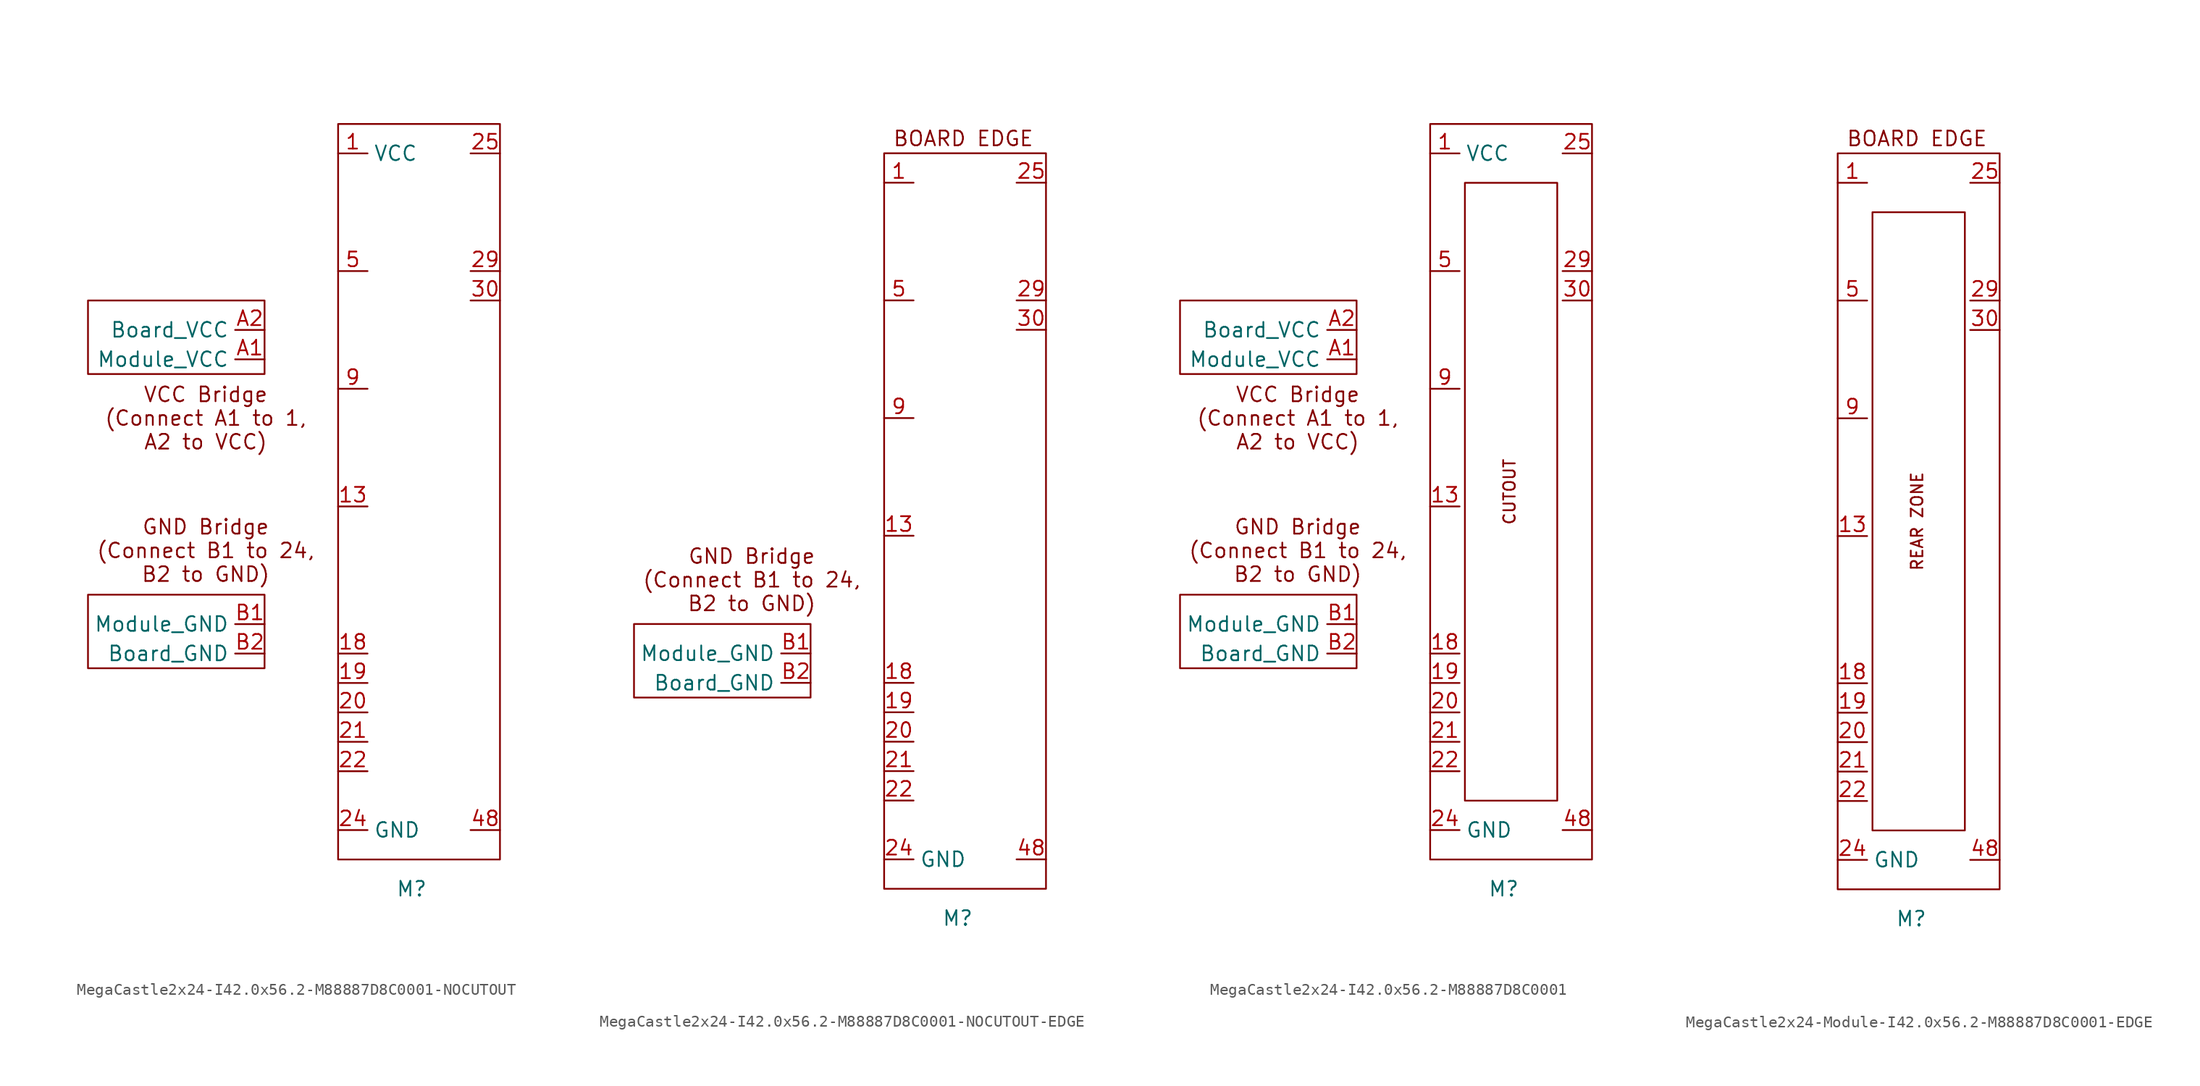
<source format=kicad_sym>
(kicad_symbol_lib
  (version 20231120)
  (generator "kicad_symbol_editor")
  (generator_version "8.0")
  (symbol "MegaCastle2x24-I42.0x56.2-M88887D8C0001-NOCUTOUT"
    (property "Reference" "M"
      (at 0 -34.29 0)
      (effects (font (size 1.27 1.27))))
    (property "Value" ""
      (at 0 5.08 0)
      (effects (font (size 1.27 1.27))))
    (symbol "MegaCastle2x24-I42.0x56.2-M88887D8C0001-NOCUTOUT_0_1"
      (rectangle (start -27.94 -8.89) (end -12.7 -15.24) (stroke (width 0) (type default)) (fill (type none)))
      (rectangle (start -27.94 16.51) (end -12.7 10.16) (stroke (width 0) (type default)) (fill (type none)))
      (rectangle (start -6.35 31.75) (end 7.62 -31.75) (stroke (width 0) (type default)) (fill (type none))))
    (symbol "MegaCastle2x24-I42.0x56.2-M88887D8C0001-NOCUTOUT_1_1"
      (text "GND Bridge\n(Connect B1 to 24,\nB2 to GND)" (at -17.78 -5.08 0) (effects (font (size 1.27 1.27))))
      (text "VCC Bridge\n(Connect A1 to 1,\nA2 to VCC)" (at -17.78 6.35 0) (effects (font (size 1.27 1.27))))
      (pin bidirectional line (at -6.35 29.21 0) (length 2.54) (name "VCC" (effects (font (size 1.27 1.27)))) (number "1" (effects (font (size 1.27 1.27)))))
      (pin bidirectional line (at -6.35 -1.27 0) (length 2.54) (name "" (effects (font (size 1.27 1.27)))) (number "13" (effects (font (size 1.27 1.27)))))
      (pin bidirectional line (at -6.35 -13.97 0) (length 2.54) (name "" (effects (font (size 1.27 1.27)))) (number "18" (effects (font (size 1.27 1.27)))))
      (pin bidirectional line (at -6.35 -16.51 0) (length 2.54) (name "" (effects (font (size 1.27 1.27)))) (number "19" (effects (font (size 1.27 1.27)))))
      (pin bidirectional line (at -6.35 -19.05 0) (length 2.54) (name "" (effects (font (size 1.27 1.27)))) (number "20" (effects (font (size 1.27 1.27)))))
      (pin bidirectional line (at -6.35 -21.59 0) (length 2.54) (name "" (effects (font (size 1.27 1.27)))) (number "21" (effects (font (size 1.27 1.27)))))
      (pin bidirectional line (at -6.35 -24.13 0) (length 2.54) (name "" (effects (font (size 1.27 1.27)))) (number "22" (effects (font (size 1.27 1.27)))))
      (pin bidirectional line (at -6.35 -29.21 0) (length 2.54) (name "GND" (effects (font (size 1.27 1.27)))) (number "24" (effects (font (size 1.27 1.27)))))
      (pin bidirectional line (at 7.62 29.21 180) (length 2.54) (name "" (effects (font (size 1.27 1.27)))) (number "25" (effects (font (size 1.27 1.27)))))
      (pin bidirectional line (at 7.62 19.05 180) (length 2.54) (name "" (effects (font (size 1.27 1.27)))) (number "29" (effects (font (size 1.27 1.27)))))
      (pin bidirectional line (at 7.62 16.51 180) (length 2.54) (name "" (effects (font (size 1.27 1.27)))) (number "30" (effects (font (size 1.27 1.27)))))
      (pin bidirectional line (at 7.62 -29.21 180) (length 2.54) (name "" (effects (font (size 1.27 1.27)))) (number "48" (effects (font (size 1.27 1.27)))))
      (pin bidirectional line (at -6.35 19.05 0) (length 2.54) (name "" (effects (font (size 1.27 1.27)))) (number "5" (effects (font (size 1.27 1.27)))))
      (pin bidirectional line (at -6.35 8.89 0) (length 2.54) (name "" (effects (font (size 1.27 1.27)))) (number "9" (effects (font (size 1.27 1.27)))))
      (pin bidirectional line (at -12.7 11.43 180) (length 2.54) (name "Module_VCC" (effects (font (size 1.27 1.27)))) (number "A1" (effects (font (size 1.27 1.27)))))
      (pin bidirectional line (at -12.7 13.97 180) (length 2.54) (name "Board_VCC" (effects (font (size 1.27 1.27)))) (number "A2" (effects (font (size 1.27 1.27)))))
      (pin bidirectional line (at -12.7 -11.43 180) (length 2.54) (name "Module_GND" (effects (font (size 1.27 1.27)))) (number "B1" (effects (font (size 1.27 1.27)))))
      (pin bidirectional line (at -12.7 -13.97 180) (length 2.54) (name "Board_GND" (effects (font (size 1.27 1.27)))) (number "B2" (effects (font (size 1.27 1.27)))))))
  (symbol "MegaCastle2x24-I42.0x56.2-M88887D8C0001-NOCUTOUT-EDGE"
    (property "Reference" "M"
      (at 0 -34.29 0)
      (effects (font (size 1.27 1.27))))
    (property "Value" ""
      (at 0 5.08 0)
      (effects (font (size 1.27 1.27))))
    (symbol "MegaCastle2x24-I42.0x56.2-M88887D8C0001-NOCUTOUT-EDGE_0_1"
      (rectangle (start -27.94 -8.89) (end -12.7 -15.24) (stroke (width 0) (type default)) (fill (type none)))
      (rectangle (start -6.35 31.75) (end 7.62 -31.75) (stroke (width 0) (type default)) (fill (type none))))
    (symbol "MegaCastle2x24-I42.0x56.2-M88887D8C0001-NOCUTOUT-EDGE_1_1"
      (text " BOARD EDGE" (at 0 33.02 0) (effects (font (size 1.27 1.27))))
      (text "GND Bridge\n(Connect B1 to 24,\nB2 to GND)" (at -17.78 -5.08 0) (effects (font (size 1.27 1.27))))
      (pin bidirectional line (at -6.35 29.21 0) (length 2.54) (name "" (effects (font (size 1.27 1.27)))) (number "1" (effects (font (size 1.27 1.27)))))
      (pin bidirectional line (at -6.35 -1.27 0) (length 2.54) (name "" (effects (font (size 1.27 1.27)))) (number "13" (effects (font (size 1.27 1.27)))))
      (pin bidirectional line (at -6.35 -13.97 0) (length 2.54) (name "" (effects (font (size 1.27 1.27)))) (number "18" (effects (font (size 1.27 1.27)))))
      (pin bidirectional line (at -6.35 -16.51 0) (length 2.54) (name "" (effects (font (size 1.27 1.27)))) (number "19" (effects (font (size 1.27 1.27)))))
      (pin bidirectional line (at -6.35 -19.05 0) (length 2.54) (name "" (effects (font (size 1.27 1.27)))) (number "20" (effects (font (size 1.27 1.27)))))
      (pin bidirectional line (at -6.35 -21.59 0) (length 2.54) (name "" (effects (font (size 1.27 1.27)))) (number "21" (effects (font (size 1.27 1.27)))))
      (pin bidirectional line (at -6.35 -24.13 0) (length 2.54) (name "" (effects (font (size 1.27 1.27)))) (number "22" (effects (font (size 1.27 1.27)))))
      (pin bidirectional line (at -6.35 -29.21 0) (length 2.54) (name "GND" (effects (font (size 1.27 1.27)))) (number "24" (effects (font (size 1.27 1.27)))))
      (pin bidirectional line (at 7.62 29.21 180) (length 2.54) (name "" (effects (font (size 1.27 1.27)))) (number "25" (effects (font (size 1.27 1.27)))))
      (pin bidirectional line (at 7.62 19.05 180) (length 2.54) (name "" (effects (font (size 1.27 1.27)))) (number "29" (effects (font (size 1.27 1.27)))))
      (pin bidirectional line (at 7.62 16.51 180) (length 2.54) (name "" (effects (font (size 1.27 1.27)))) (number "30" (effects (font (size 1.27 1.27)))))
      (pin bidirectional line (at 7.62 -29.21 180) (length 2.54) (name "" (effects (font (size 1.27 1.27)))) (number "48" (effects (font (size 1.27 1.27)))))
      (pin bidirectional line (at -6.35 19.05 0) (length 2.54) (name "" (effects (font (size 1.27 1.27)))) (number "5" (effects (font (size 1.27 1.27)))))
      (pin bidirectional line (at -6.35 8.89 0) (length 2.54) (name "" (effects (font (size 1.27 1.27)))) (number "9" (effects (font (size 1.27 1.27)))))
      (pin bidirectional line (at -12.7 -11.43 180) (length 2.54) (name "Module_GND" (effects (font (size 1.27 1.27)))) (number "B1" (effects (font (size 1.27 1.27)))))
      (pin bidirectional line (at -12.7 -13.97 180) (length 2.54) (name "Board_GND" (effects (font (size 1.27 1.27)))) (number "B2" (effects (font (size 1.27 1.27)))))))
  (symbol "MegaCastle2x24-I42.0x56.2-M88887D8C0001"
    (property "Reference" "M"
      (at 0 -34.29 0)
      (effects (font (size 1.27 1.27))))
    (property "Value" ""
      (at 0 5.08 0)
      (effects (font (size 1.27 1.27))))
    (symbol "MegaCastle2x24-I42.0x56.2-M88887D8C0001_0_1"
      (rectangle (start -27.94 -8.89) (end -12.7 -15.24) (stroke (width 0) (type default)) (fill (type none)))
      (rectangle (start -27.94 16.51) (end -12.7 10.16) (stroke (width 0) (type default)) (fill (type none)))
      (rectangle (start -6.35 31.75) (end 7.62 -31.75) (stroke (width 0) (type default)) (fill (type none)))
      (rectangle (start -3.35 26.67) (end 4.62 -26.67) (stroke (width 0) (type default)) (fill (type none))))
    (symbol "MegaCastle2x24-I42.0x56.2-M88887D8C0001_1_1"
      (text "CUTOUT" (at 0.5 0 900) (effects (font (size 1 1))))
      (text "GND Bridge\n(Connect B1 to 24,\nB2 to GND)" (at -17.78 -5.08 0) (effects (font (size 1.27 1.27))))
      (text "VCC Bridge\n(Connect A1 to 1,\nA2 to VCC)" (at -17.78 6.35 0) (effects (font (size 1.27 1.27))))
      (pin bidirectional line (at -6.35 29.21 0) (length 2.54) (name "VCC" (effects (font (size 1.27 1.27)))) (number "1" (effects (font (size 1.27 1.27)))))
      (pin bidirectional line (at -6.35 -1.27 0) (length 2.54) (name "" (effects (font (size 1.27 1.27)))) (number "13" (effects (font (size 1.27 1.27)))))
      (pin bidirectional line (at -6.35 -13.97 0) (length 2.54) (name "" (effects (font (size 1.27 1.27)))) (number "18" (effects (font (size 1.27 1.27)))))
      (pin bidirectional line (at -6.35 -16.51 0) (length 2.54) (name "" (effects (font (size 1.27 1.27)))) (number "19" (effects (font (size 1.27 1.27)))))
      (pin bidirectional line (at -6.35 -19.05 0) (length 2.54) (name "" (effects (font (size 1.27 1.27)))) (number "20" (effects (font (size 1.27 1.27)))))
      (pin bidirectional line (at -6.35 -21.59 0) (length 2.54) (name "" (effects (font (size 1.27 1.27)))) (number "21" (effects (font (size 1.27 1.27)))))
      (pin bidirectional line (at -6.35 -24.13 0) (length 2.54) (name "" (effects (font (size 1.27 1.27)))) (number "22" (effects (font (size 1.27 1.27)))))
      (pin bidirectional line (at -6.35 -29.21 0) (length 2.54) (name "GND" (effects (font (size 1.27 1.27)))) (number "24" (effects (font (size 1.27 1.27)))))
      (pin bidirectional line (at 7.62 29.21 180) (length 2.54) (name "" (effects (font (size 1.27 1.27)))) (number "25" (effects (font (size 1.27 1.27)))))
      (pin bidirectional line (at 7.62 19.05 180) (length 2.54) (name "" (effects (font (size 1.27 1.27)))) (number "29" (effects (font (size 1.27 1.27)))))
      (pin bidirectional line (at 7.62 16.51 180) (length 2.54) (name "" (effects (font (size 1.27 1.27)))) (number "30" (effects (font (size 1.27 1.27)))))
      (pin bidirectional line (at 7.62 -29.21 180) (length 2.54) (name "" (effects (font (size 1.27 1.27)))) (number "48" (effects (font (size 1.27 1.27)))))
      (pin bidirectional line (at -6.35 19.05 0) (length 2.54) (name "" (effects (font (size 1.27 1.27)))) (number "5" (effects (font (size 1.27 1.27)))))
      (pin bidirectional line (at -6.35 8.89 0) (length 2.54) (name "" (effects (font (size 1.27 1.27)))) (number "9" (effects (font (size 1.27 1.27)))))
      (pin bidirectional line (at -12.7 11.43 180) (length 2.54) (name "Module_VCC" (effects (font (size 1.27 1.27)))) (number "A1" (effects (font (size 1.27 1.27)))))
      (pin bidirectional line (at -12.7 13.97 180) (length 2.54) (name "Board_VCC" (effects (font (size 1.27 1.27)))) (number "A2" (effects (font (size 1.27 1.27)))))
      (pin bidirectional line (at -12.7 -11.43 180) (length 2.54) (name "Module_GND" (effects (font (size 1.27 1.27)))) (number "B1" (effects (font (size 1.27 1.27)))))
      (pin bidirectional line (at -12.7 -13.97 180) (length 2.54) (name "Board_GND" (effects (font (size 1.27 1.27)))) (number "B2" (effects (font (size 1.27 1.27)))))))
  (symbol "MegaCastle2x24-Module-I42.0x56.2-M88887D8C0001-EDGE"
    (property "Reference" "M"
      (at 0 -34.29 0)
      (effects (font (size 1.27 1.27))))
    (property "Value" ""
      (at 0 5.08 0)
      (effects (font (size 1.27 1.27))))
    (symbol "MegaCastle2x24-Module-I42.0x56.2-M88887D8C0001-EDGE_0_1"
      (rectangle (start -6.35 31.75) (end 7.62 -31.75) (stroke (width 0) (type default)) (fill (type none)))
      (rectangle (start -3.35 26.67) (end 4.62 -26.67) (stroke (width 0) (type default)) (fill (type none))))
    (symbol "MegaCastle2x24-Module-I42.0x56.2-M88887D8C0001-EDGE_1_1"
      (text " BOARD EDGE" (at 0 33.02 0) (effects (font (size 1.27 1.27))))
      (text "REAR ZONE" (at 0.5 0 900) (effects (font (size 1 1))))
      (pin bidirectional line (at -6.35 29.21 0) (length 2.54) (name "" (effects (font (size 1.27 1.27)))) (number "1" (effects (font (size 1.27 1.27)))))
      (pin bidirectional line (at -6.35 -1.27 0) (length 2.54) (name "" (effects (font (size 1.27 1.27)))) (number "13" (effects (font (size 1.27 1.27)))))
      (pin bidirectional line (at -6.35 -13.97 0) (length 2.54) (name "" (effects (font (size 1.27 1.27)))) (number "18" (effects (font (size 1.27 1.27)))))
      (pin bidirectional line (at -6.35 -16.51 0) (length 2.54) (name "" (effects (font (size 1.27 1.27)))) (number "19" (effects (font (size 1.27 1.27)))))
      (pin bidirectional line (at -6.35 -19.05 0) (length 2.54) (name "" (effects (font (size 1.27 1.27)))) (number "20" (effects (font (size 1.27 1.27)))))
      (pin bidirectional line (at -6.35 -21.59 0) (length 2.54) (name "" (effects (font (size 1.27 1.27)))) (number "21" (effects (font (size 1.27 1.27)))))
      (pin bidirectional line (at -6.35 -24.13 0) (length 2.54) (name "" (effects (font (size 1.27 1.27)))) (number "22" (effects (font (size 1.27 1.27)))))
      (pin bidirectional line (at -6.35 -29.21 0) (length 2.54) (name "GND" (effects (font (size 1.27 1.27)))) (number "24" (effects (font (size 1.27 1.27)))))
      (pin bidirectional line (at 7.62 29.21 180) (length 2.54) (name "" (effects (font (size 1.27 1.27)))) (number "25" (effects (font (size 1.27 1.27)))))
      (pin bidirectional line (at 7.62 19.05 180) (length 2.54) (name "" (effects (font (size 1.27 1.27)))) (number "29" (effects (font (size 1.27 1.27)))))
      (pin bidirectional line (at 7.62 16.51 180) (length 2.54) (name "" (effects (font (size 1.27 1.27)))) (number "30" (effects (font (size 1.27 1.27)))))
      (pin bidirectional line (at 7.62 -29.21 180) (length 2.54) (name "" (effects (font (size 1.27 1.27)))) (number "48" (effects (font (size 1.27 1.27)))))
      (pin bidirectional line (at -6.35 19.05 0) (length 2.54) (name "" (effects (font (size 1.27 1.27)))) (number "5" (effects (font (size 1.27 1.27)))))
      (pin bidirectional line (at -6.35 8.89 0) (length 2.54) (name "" (effects (font (size 1.27 1.27)))) (number "9" (effects (font (size 1.27 1.27))))))))
</source>
